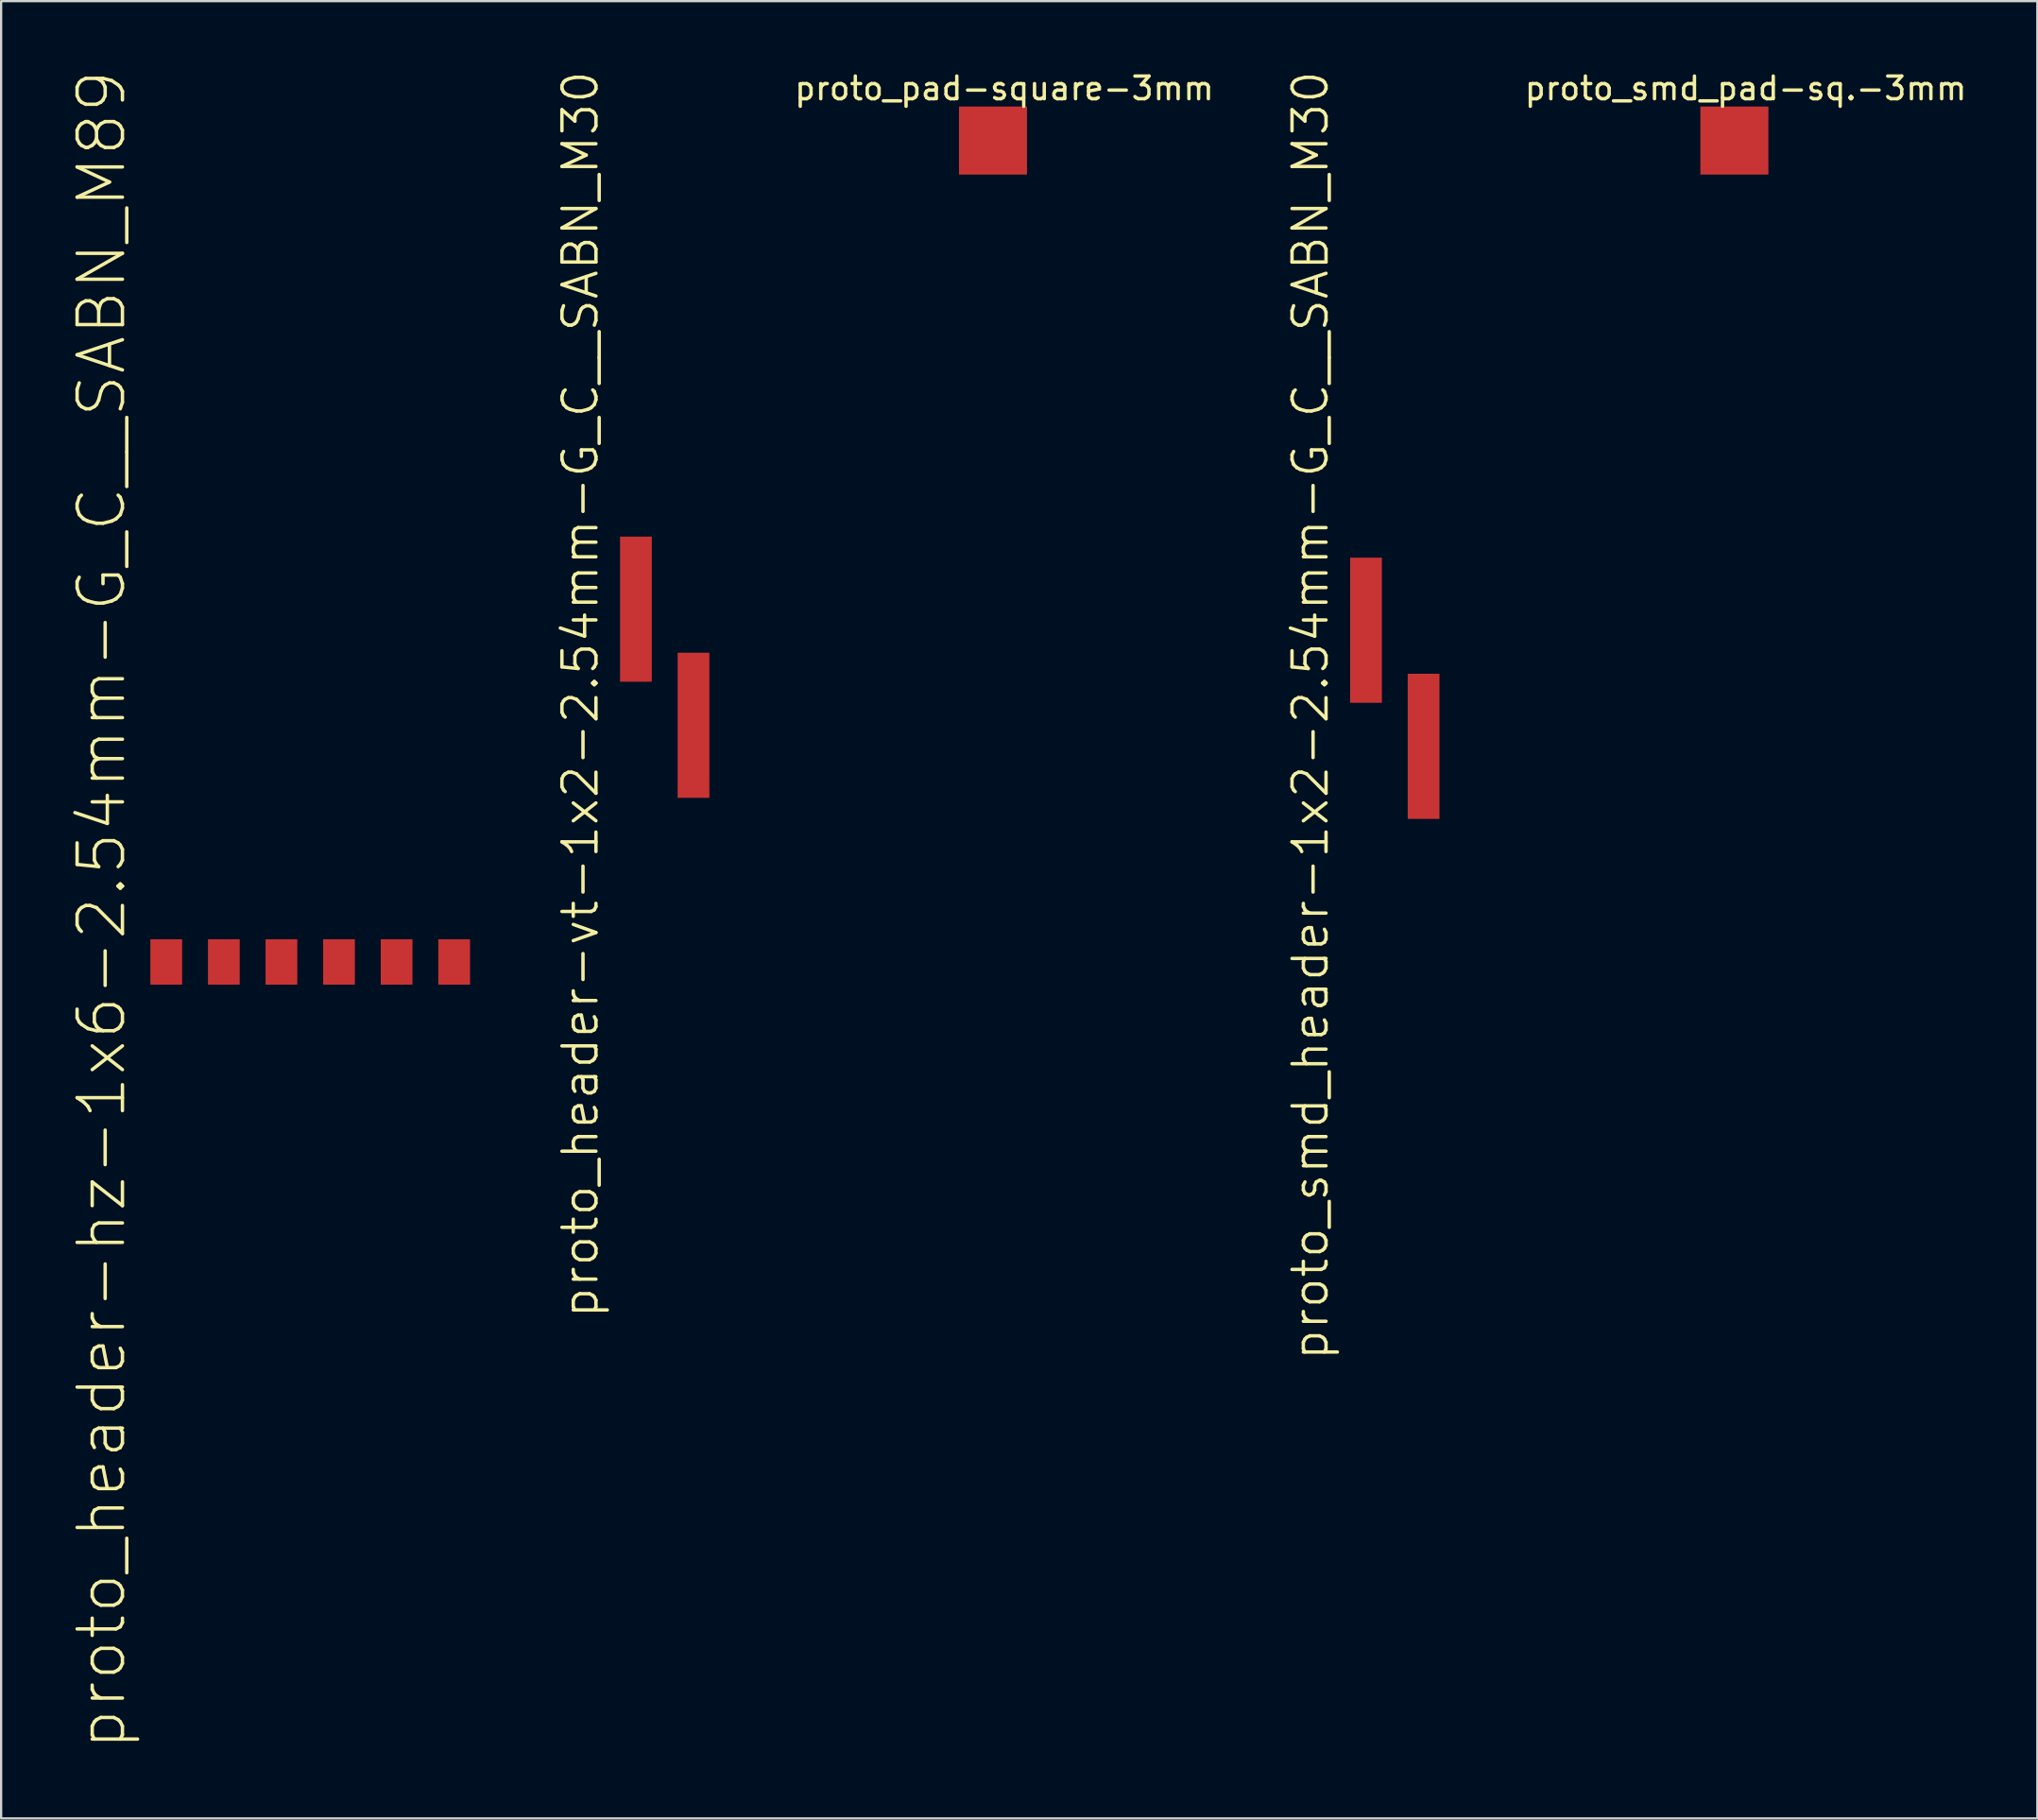
<source format=kicad_pcb>
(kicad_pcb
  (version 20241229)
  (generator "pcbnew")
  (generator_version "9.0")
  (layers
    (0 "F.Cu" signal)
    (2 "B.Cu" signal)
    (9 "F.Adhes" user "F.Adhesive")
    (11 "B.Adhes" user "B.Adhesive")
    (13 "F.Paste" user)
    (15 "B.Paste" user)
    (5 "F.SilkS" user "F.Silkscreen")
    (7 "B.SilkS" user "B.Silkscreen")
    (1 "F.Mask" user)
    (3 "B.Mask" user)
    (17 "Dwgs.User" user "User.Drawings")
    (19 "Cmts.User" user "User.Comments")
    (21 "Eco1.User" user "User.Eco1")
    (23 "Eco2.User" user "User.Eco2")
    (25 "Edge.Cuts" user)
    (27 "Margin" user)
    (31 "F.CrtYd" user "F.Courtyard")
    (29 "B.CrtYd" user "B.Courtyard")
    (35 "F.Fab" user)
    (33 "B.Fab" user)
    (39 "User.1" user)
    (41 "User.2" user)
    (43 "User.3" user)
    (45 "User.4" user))
  (footprint "proto_header-vt-1x2-2.54mm-G_C__SABN_M30"
    (layer "F.Cu")
    (at 26.269 26.375)
    (property "Reference" "proto_header-vt-1x2-2.54mm-G_C__SABN_M30" (at -3.72 1.2 90) (layer "F.SilkS") (effects (font (size 1.5 1.5) (thickness 0.15))))
    (attr through_hole)
    (fp_line (start -2.54 -4.06) (end 2.54 -4.06) (stroke (width 0.15) (type solid)) (layer "Eco1.User"))
    (fp_line (start -2.54 4.07) (end -2.54 -4.06) (stroke (width 0.15) (type solid)) (layer "Eco1.User"))
    (fp_line (start 2.54 -4.06) (end 2.54 4.07) (stroke (width 0.15) (type solid)) (layer "Eco1.User"))
    (fp_line (start 2.54 4.07) (end -2.54 4.07) (stroke (width 0.15) (type solid)) (layer "Eco1.User"))
    (pad "1" smd rect (at -1.27 -2.56) (size 1.4 6.4) (layers "F.Cu" "F.Mask" "F.Paste" "Eco1.User"))
    (pad "2" smd rect (at 1.27 2.56) (size 1.4 6.4) (layers "F.Cu" "F.Mask" "F.Paste" "Eco1.User")))
  (footprint "proto_smd_pad-sq.-3mm"
    (layer "F.Cu")
    (at 73.449 3.148)
    (property "Reference" "proto_smd_pad-sq.-3mm" (at 0.5 -2.3 0) (layer "F.SilkS") (effects (font (size 1 1) (thickness 0.15))))
    (attr through_hole)
    (pad "1" smd rect (at 0 0) (size 3 3) (layers "F.Cu" "F.Mask" "F.Paste")))
  (footprint "proto_header-hz-1x6-2.54mm-G_C__SABN_M89"
    (layer "F.Cu")
    (at 10.633 39.373)
    (property "Reference" "proto_header-hz-1x6-2.54mm-G_C__SABN_M89" (at -9.2 -2.3 90) (layer "F.SilkS") (effects (font (size 2 2) (thickness 0.15))))
    (attr through_hole)
    (fp_line (start -7.7 -7.1) (end 7.7 -7.1) (stroke (width 0.15) (type solid)) (layer "Eco1.User"))
    (fp_line (start -7.7 0) (end -7.7 -7.1) (stroke (width 0.15) (type solid)) (layer "Eco1.User"))
    (fp_line (start -6.5 -12.9) (end 6.5 -12.9) (stroke (width 0.1) (type solid)) (layer "Eco1.User"))
    (fp_line (start -6.5 -7.1) (end -6.5 -12.9) (stroke (width 0.1) (type solid)) (layer "Eco1.User"))
    (fp_line (start 6.5 -12.9) (end 6.5 -7.1) (stroke (width 0.1) (type solid)) (layer "Eco1.User"))
    (fp_line (start 7.7 -7.1) (end 7.7 0) (stroke (width 0.15) (type solid)) (layer "Eco1.User"))
    (fp_line (start 7.7 0) (end -7.7 0) (stroke (width 0.15) (type solid)) (layer "Eco1.User"))
    (fp_text user "Pins" (at 0 -10.3 0) (layer "Eco1.User") (effects (font (size 1.5 1.5) (thickness 0.1))))
    (fp_text user "Body" (at 0 -5.2 0) (layer "Eco1.User") (effects (font (size 1.5 1.5) (thickness 0.1))))
    (pad "1" smd rect (at 6.35 0) (size 1.4 2) (layers "F.Cu" "F.Mask" "F.Paste"))
    (pad "2" smd rect (at 3.81 0) (size 1.4 2) (layers "F.Cu" "F.Mask" "F.Paste"))
    (pad "3" smd rect (at 1.27 0) (size 1.4 2) (layers "F.Cu" "F.Mask" "F.Paste"))
    (pad "4" smd rect (at -1.27 0) (size 1.4 2) (layers "F.Cu" "F.Mask" "F.Paste"))
    (pad "5" smd rect (at -3.81 0) (size 1.4 2) (layers "F.Cu" "F.Mask" "F.Paste"))
    (pad "6" smd rect (at -6.35 0) (size 1.4 2) (layers "F.Cu" "F.Mask" "F.Paste")))
  (footprint "proto_smd_header-1x2-2.54mm-G_C__SABN_M30"
    (layer "F.Cu")
    (at 58.471 27.304)
    (property "Reference" "proto_smd_header-1x2-2.54mm-G_C__SABN_M30" (at -3.72 1.2 90) (layer "F.SilkS") (effects (font (size 1.5 1.5) (thickness 0.15))))
    (attr through_hole)
    (fp_line (start -2.54 -4.06) (end 2.54 -4.06) (stroke (width 0.15) (type solid)) (layer "Eco1.User"))
    (fp_line (start -2.54 4.07) (end -2.54 -4.06) (stroke (width 0.15) (type solid)) (layer "Eco1.User"))
    (fp_line (start 2.54 -4.06) (end 2.54 4.07) (stroke (width 0.15) (type solid)) (layer "Eco1.User"))
    (fp_line (start 2.54 4.07) (end -2.54 4.07) (stroke (width 0.15) (type solid)) (layer "Eco1.User"))
    (pad "1" smd rect (at -1.27 -2.56) (size 1.4 6.4) (layers "F.Cu" "F.Mask" "F.Paste" "Eco1.User"))
    (pad "2" smd rect (at 1.27 2.56) (size 1.4 6.4) (layers "F.Cu" "F.Mask" "F.Paste" "Eco1.User")))
  (footprint "proto_pad-square-3mm"
    (layer "F.Cu")
    (at 40.747 3.148)
    (property "Reference" "proto_pad-square-3mm" (at 0.5 -2.3 0) (layer "F.SilkS") (effects (font (size 1 1) (thickness 0.15))))
    (attr through_hole)
    (pad "1" smd rect (at 0 0) (size 3 3) (layers "F.Cu" "F.Mask" "F.Paste")))
  (gr_rect
    (start -3 -3)
    (end 86.812 77.145)
    (stroke (width 0.1) (type default))
    (fill no)
    (layer "Edge.Cuts")))
</source>
